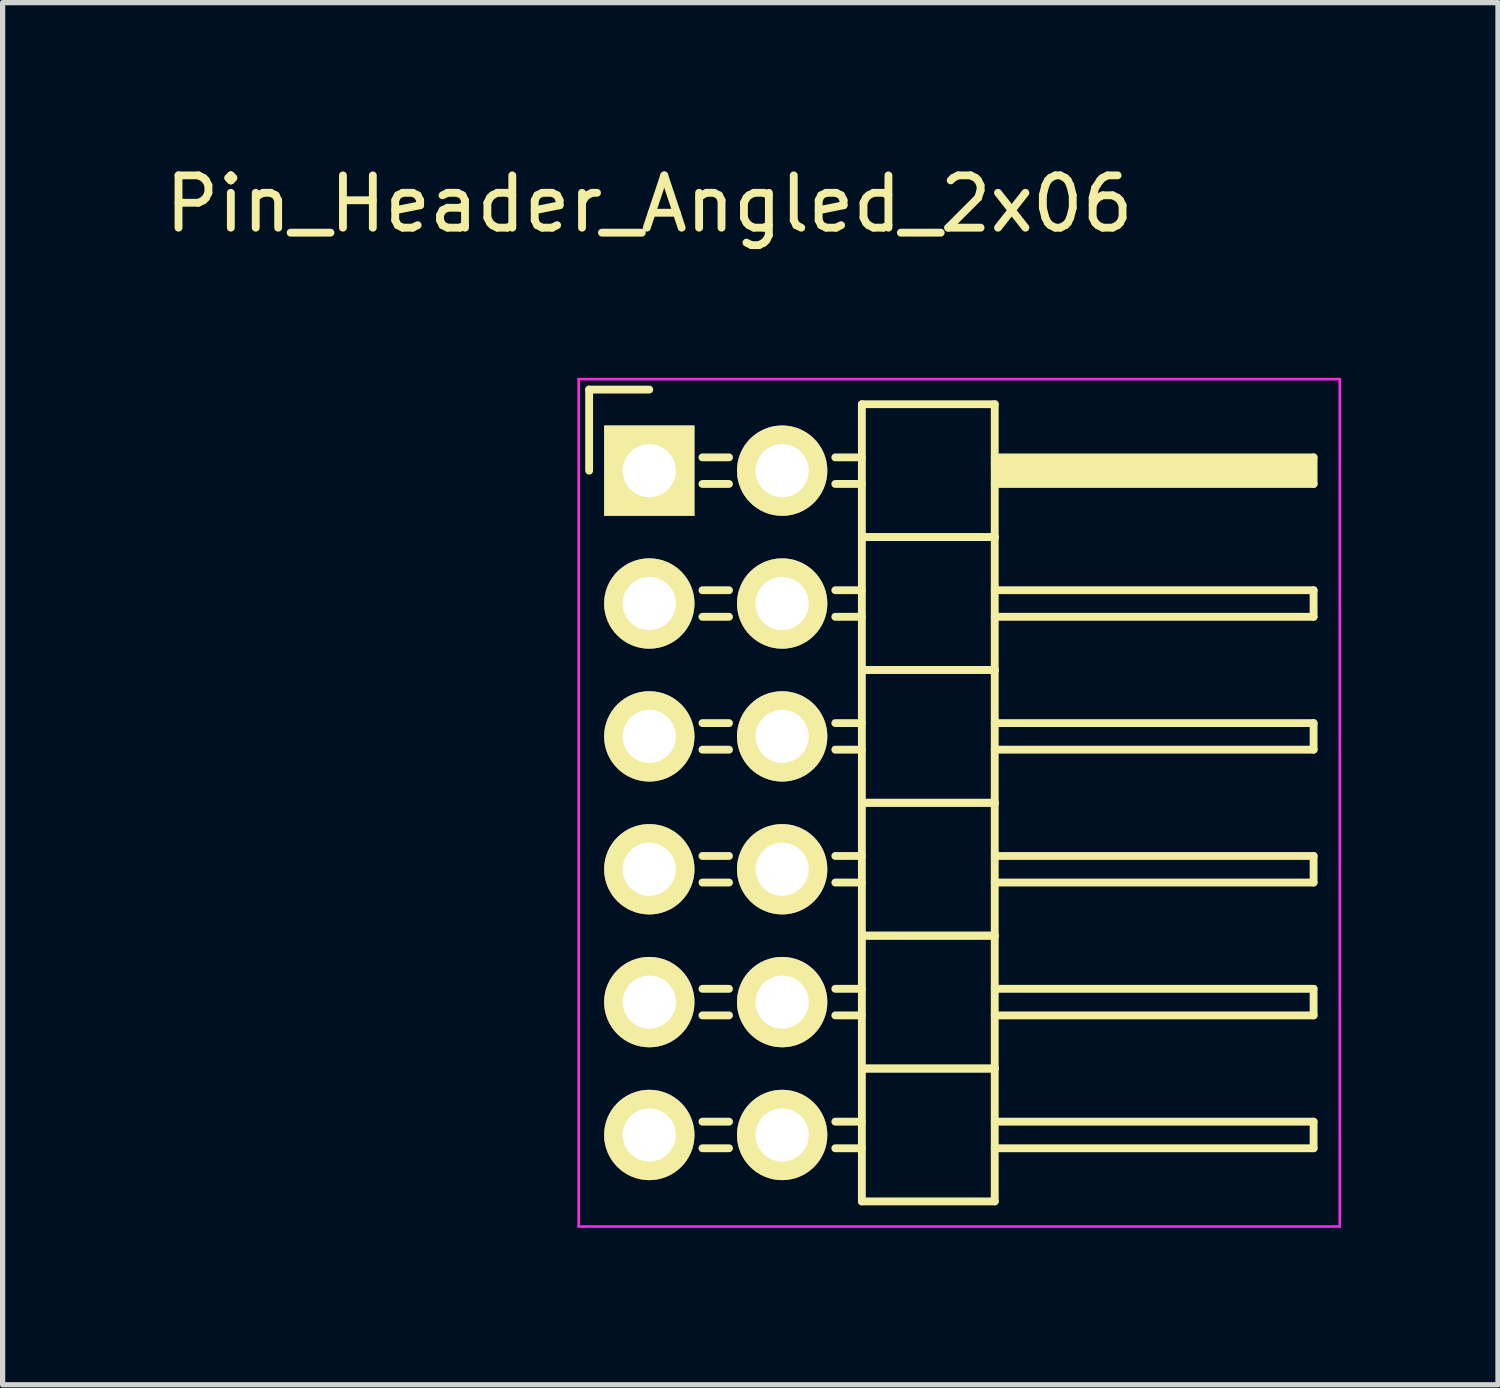
<source format=kicad_pcb>
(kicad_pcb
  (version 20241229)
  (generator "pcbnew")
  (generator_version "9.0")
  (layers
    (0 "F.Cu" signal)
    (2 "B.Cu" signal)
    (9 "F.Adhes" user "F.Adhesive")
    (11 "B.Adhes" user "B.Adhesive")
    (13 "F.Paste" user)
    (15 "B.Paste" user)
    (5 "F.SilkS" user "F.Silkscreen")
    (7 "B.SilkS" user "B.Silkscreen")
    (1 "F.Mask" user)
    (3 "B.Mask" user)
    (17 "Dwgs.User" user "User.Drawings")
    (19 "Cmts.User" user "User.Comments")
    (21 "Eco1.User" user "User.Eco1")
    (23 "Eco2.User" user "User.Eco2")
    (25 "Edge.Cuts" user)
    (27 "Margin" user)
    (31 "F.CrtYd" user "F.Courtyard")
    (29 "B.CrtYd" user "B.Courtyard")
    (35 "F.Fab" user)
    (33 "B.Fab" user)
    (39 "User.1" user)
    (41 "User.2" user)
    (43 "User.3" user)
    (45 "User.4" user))
  (footprint "Pin_Header_Angled_2x06"
    (layer "F.Cu")
    (at 9.363 5.948)
    (property "Reference" "Pin_Header_Angled_2x06" (at 0 -5.1 0) (layer "F.SilkS") (effects (font (size 1 1) (thickness 0.15))))
    (attr through_hole)
    (fp_line (start -1.15 -1.55) (end -1.15 0) (stroke (width 0.15) (type solid)) (layer "F.SilkS"))
    (fp_line (start 0 -1.55) (end -1.15 -1.55) (stroke (width 0.15) (type solid)) (layer "F.SilkS"))
    (fp_line (start 1.524 -0.254) (end 1.016 -0.254) (stroke (width 0.15) (type solid)) (layer "F.SilkS"))
    (fp_line (start 1.524 0.254) (end 1.016 0.254) (stroke (width 0.15) (type solid)) (layer "F.SilkS"))
    (fp_line (start 1.524 2.286) (end 1.016 2.286) (stroke (width 0.15) (type solid)) (layer "F.SilkS"))
    (fp_line (start 1.524 2.794) (end 1.016 2.794) (stroke (width 0.15) (type solid)) (layer "F.SilkS"))
    (fp_line (start 1.524 4.826) (end 1.016 4.826) (stroke (width 0.15) (type solid)) (layer "F.SilkS"))
    (fp_line (start 1.524 5.334) (end 1.016 5.334) (stroke (width 0.15) (type solid)) (layer "F.SilkS"))
    (fp_line (start 1.524 7.366) (end 1.016 7.366) (stroke (width 0.15) (type solid)) (layer "F.SilkS"))
    (fp_line (start 1.524 7.874) (end 1.016 7.874) (stroke (width 0.15) (type solid)) (layer "F.SilkS"))
    (fp_line (start 1.524 9.906) (end 1.016 9.906) (stroke (width 0.15) (type solid)) (layer "F.SilkS"))
    (fp_line (start 1.524 10.414) (end 1.016 10.414) (stroke (width 0.15) (type solid)) (layer "F.SilkS"))
    (fp_line (start 1.524 12.446) (end 1.016 12.446) (stroke (width 0.15) (type solid)) (layer "F.SilkS"))
    (fp_line (start 1.524 12.954) (end 1.016 12.954) (stroke (width 0.15) (type solid)) (layer "F.SilkS"))
    (fp_line (start 4.064 -1.27) (end 4.064 1.27) (stroke (width 0.15) (type solid)) (layer "F.SilkS"))
    (fp_line (start 4.064 -1.27) (end 6.604 -1.27) (stroke (width 0.15) (type solid)) (layer "F.SilkS"))
    (fp_line (start 4.064 -0.254) (end 3.556 -0.254) (stroke (width 0.15) (type solid)) (layer "F.SilkS"))
    (fp_line (start 4.064 0.254) (end 3.556 0.254) (stroke (width 0.15) (type solid)) (layer "F.SilkS"))
    (fp_line (start 4.064 1.27) (end 4.064 3.81) (stroke (width 0.15) (type solid)) (layer "F.SilkS"))
    (fp_line (start 4.064 1.27) (end 6.604 1.27) (stroke (width 0.15) (type solid)) (layer "F.SilkS"))
    (fp_line (start 4.064 1.27) (end 6.604 1.27) (stroke (width 0.15) (type solid)) (layer "F.SilkS"))
    (fp_line (start 4.064 2.286) (end 3.556 2.286) (stroke (width 0.15) (type solid)) (layer "F.SilkS"))
    (fp_line (start 4.064 2.794) (end 3.556 2.794) (stroke (width 0.15) (type solid)) (layer "F.SilkS"))
    (fp_line (start 4.064 3.81) (end 4.064 6.35) (stroke (width 0.15) (type solid)) (layer "F.SilkS"))
    (fp_line (start 4.064 3.81) (end 6.604 3.81) (stroke (width 0.15) (type solid)) (layer "F.SilkS"))
    (fp_line (start 4.064 3.81) (end 6.604 3.81) (stroke (width 0.15) (type solid)) (layer "F.SilkS"))
    (fp_line (start 4.064 4.826) (end 3.556 4.826) (stroke (width 0.15) (type solid)) (layer "F.SilkS"))
    (fp_line (start 4.064 5.334) (end 3.556 5.334) (stroke (width 0.15) (type solid)) (layer "F.SilkS"))
    (fp_line (start 4.064 6.35) (end 4.064 8.89) (stroke (width 0.15) (type solid)) (layer "F.SilkS"))
    (fp_line (start 4.064 6.35) (end 6.604 6.35) (stroke (width 0.15) (type solid)) (layer "F.SilkS"))
    (fp_line (start 4.064 6.35) (end 6.604 6.35) (stroke (width 0.15) (type solid)) (layer "F.SilkS"))
    (fp_line (start 4.064 7.366) (end 3.556 7.366) (stroke (width 0.15) (type solid)) (layer "F.SilkS"))
    (fp_line (start 4.064 7.874) (end 3.556 7.874) (stroke (width 0.15) (type solid)) (layer "F.SilkS"))
    (fp_line (start 4.064 8.89) (end 4.064 11.43) (stroke (width 0.15) (type solid)) (layer "F.SilkS"))
    (fp_line (start 4.064 8.89) (end 6.604 8.89) (stroke (width 0.15) (type solid)) (layer "F.SilkS"))
    (fp_line (start 4.064 8.89) (end 6.604 8.89) (stroke (width 0.15) (type solid)) (layer "F.SilkS"))
    (fp_line (start 4.064 9.906) (end 3.556 9.906) (stroke (width 0.15) (type solid)) (layer "F.SilkS"))
    (fp_line (start 4.064 10.414) (end 3.556 10.414) (stroke (width 0.15) (type solid)) (layer "F.SilkS"))
    (fp_line (start 4.064 11.43) (end 4.064 13.97) (stroke (width 0.15) (type solid)) (layer "F.SilkS"))
    (fp_line (start 4.064 11.43) (end 6.604 11.43) (stroke (width 0.15) (type solid)) (layer "F.SilkS"))
    (fp_line (start 4.064 11.43) (end 6.604 11.43) (stroke (width 0.15) (type solid)) (layer "F.SilkS"))
    (fp_line (start 4.064 12.446) (end 3.556 12.446) (stroke (width 0.15) (type solid)) (layer "F.SilkS"))
    (fp_line (start 4.064 12.954) (end 3.556 12.954) (stroke (width 0.15) (type solid)) (layer "F.SilkS"))
    (fp_line (start 4.064 13.97) (end 6.604 13.97) (stroke (width 0.15) (type solid)) (layer "F.SilkS"))
    (fp_line (start 6.604 -0.254) (end 12.7 -0.254) (stroke (width 0.15) (type solid)) (layer "F.SilkS"))
    (fp_line (start 6.604 -0.127) (end 12.573 -0.127) (stroke (width 0.15) (type solid)) (layer "F.SilkS"))
    (fp_line (start 6.604 1.27) (end 6.604 -1.27) (stroke (width 0.15) (type solid)) (layer "F.SilkS"))
    (fp_line (start 6.604 2.286) (end 12.7 2.286) (stroke (width 0.15) (type solid)) (layer "F.SilkS"))
    (fp_line (start 6.604 3.81) (end 6.604 1.27) (stroke (width 0.15) (type solid)) (layer "F.SilkS"))
    (fp_line (start 6.604 4.826) (end 12.7 4.826) (stroke (width 0.15) (type solid)) (layer "F.SilkS"))
    (fp_line (start 6.604 6.35) (end 6.604 3.81) (stroke (width 0.15) (type solid)) (layer "F.SilkS"))
    (fp_line (start 6.604 7.366) (end 12.7 7.366) (stroke (width 0.15) (type solid)) (layer "F.SilkS"))
    (fp_line (start 6.604 8.89) (end 6.604 6.35) (stroke (width 0.15) (type solid)) (layer "F.SilkS"))
    (fp_line (start 6.604 9.906) (end 12.7 9.906) (stroke (width 0.15) (type solid)) (layer "F.SilkS"))
    (fp_line (start 6.604 11.43) (end 6.604 8.89) (stroke (width 0.15) (type solid)) (layer "F.SilkS"))
    (fp_line (start 6.604 12.446) (end 12.7 12.446) (stroke (width 0.15) (type solid)) (layer "F.SilkS"))
    (fp_line (start 6.604 13.97) (end 6.604 11.43) (stroke (width 0.15) (type solid)) (layer "F.SilkS"))
    (fp_line (start 6.731 0) (end 12.573 0) (stroke (width 0.15) (type solid)) (layer "F.SilkS"))
    (fp_line (start 6.731 0.127) (end 6.731 0) (stroke (width 0.15) (type solid)) (layer "F.SilkS"))
    (fp_line (start 12.573 -0.127) (end 12.573 0.127) (stroke (width 0.15) (type solid)) (layer "F.SilkS"))
    (fp_line (start 12.573 0.127) (end 6.731 0.127) (stroke (width 0.15) (type solid)) (layer "F.SilkS"))
    (fp_line (start 12.7 -0.254) (end 12.7 0.254) (stroke (width 0.15) (type solid)) (layer "F.SilkS"))
    (fp_line (start 12.7 0.254) (end 6.604 0.254) (stroke (width 0.15) (type solid)) (layer "F.SilkS"))
    (fp_line (start 12.7 2.286) (end 12.7 2.794) (stroke (width 0.15) (type solid)) (layer "F.SilkS"))
    (fp_line (start 12.7 2.794) (end 6.604 2.794) (stroke (width 0.15) (type solid)) (layer "F.SilkS"))
    (fp_line (start 12.7 4.826) (end 12.7 5.334) (stroke (width 0.15) (type solid)) (layer "F.SilkS"))
    (fp_line (start 12.7 5.334) (end 6.604 5.334) (stroke (width 0.15) (type solid)) (layer "F.SilkS"))
    (fp_line (start 12.7 7.366) (end 12.7 7.874) (stroke (width 0.15) (type solid)) (layer "F.SilkS"))
    (fp_line (start 12.7 7.874) (end 6.604 7.874) (stroke (width 0.15) (type solid)) (layer "F.SilkS"))
    (fp_line (start 12.7 9.906) (end 12.7 10.414) (stroke (width 0.15) (type solid)) (layer "F.SilkS"))
    (fp_line (start 12.7 10.414) (end 6.604 10.414) (stroke (width 0.15) (type solid)) (layer "F.SilkS"))
    (fp_line (start 12.7 12.446) (end 12.7 12.954) (stroke (width 0.15) (type solid)) (layer "F.SilkS"))
    (fp_line (start 12.7 12.954) (end 6.604 12.954) (stroke (width 0.15) (type solid)) (layer "F.SilkS"))
    (fp_line (start -1.35 -1.75) (end -1.35 14.45) (stroke (width 0.05) (type solid)) (layer "F.CrtYd"))
    (fp_line (start -1.35 -1.75) (end 13.2 -1.75) (stroke (width 0.05) (type solid)) (layer "F.CrtYd"))
    (fp_line (start -1.35 14.45) (end 13.2 14.45) (stroke (width 0.05) (type solid)) (layer "F.CrtYd"))
    (fp_line (start 13.2 -1.75) (end 13.2 14.45) (stroke (width 0.05) (type solid)) (layer "F.CrtYd"))
    (pad "1" thru_hole rect (at 0 0) (size 1.727 1.727) (drill 1.016) (layers "*.Cu" "*.Mask" "F.SilkS"))
    (pad "2" thru_hole oval (at 2.54 0) (size 1.727 1.727) (drill 1.016) (layers "*.Cu" "*.Mask" "F.SilkS"))
    (pad "3" thru_hole oval (at 0 2.54) (size 1.727 1.727) (drill 1.016) (layers "*.Cu" "*.Mask" "F.SilkS"))
    (pad "4" thru_hole oval (at 2.54 2.54) (size 1.727 1.727) (drill 1.016) (layers "*.Cu" "*.Mask" "F.SilkS"))
    (pad "5" thru_hole oval (at 0 5.08) (size 1.727 1.727) (drill 1.016) (layers "*.Cu" "*.Mask" "F.SilkS"))
    (pad "6" thru_hole oval (at 2.54 5.08) (size 1.727 1.727) (drill 1.016) (layers "*.Cu" "*.Mask" "F.SilkS"))
    (pad "7" thru_hole oval (at 0 7.62) (size 1.727 1.727) (drill 1.016) (layers "*.Cu" "*.Mask" "F.SilkS"))
    (pad "8" thru_hole oval (at 2.54 7.62) (size 1.727 1.727) (drill 1.016) (layers "*.Cu" "*.Mask" "F.SilkS"))
    (pad "9" thru_hole oval (at 0 10.16) (size 1.727 1.727) (drill 1.016) (layers "*.Cu" "*.Mask" "F.SilkS"))
    (pad "10" thru_hole oval (at 2.54 10.16) (size 1.727 1.727) (drill 1.016) (layers "*.Cu" "*.Mask" "F.SilkS"))
    (pad "11" thru_hole oval (at 0 12.7) (size 1.727 1.727) (drill 1.016) (layers "*.Cu" "*.Mask" "F.SilkS"))
    (pad "12" thru_hole oval (at 2.54 12.7) (size 1.727 1.727) (drill 1.016) (layers "*.Cu" "*.Mask" "F.SilkS")))
  (gr_rect
    (start -3 -3)
    (end 25.588 23.423)
    (stroke (width 0.1) (type default))
    (fill no)
    (layer "Edge.Cuts")))
</source>
